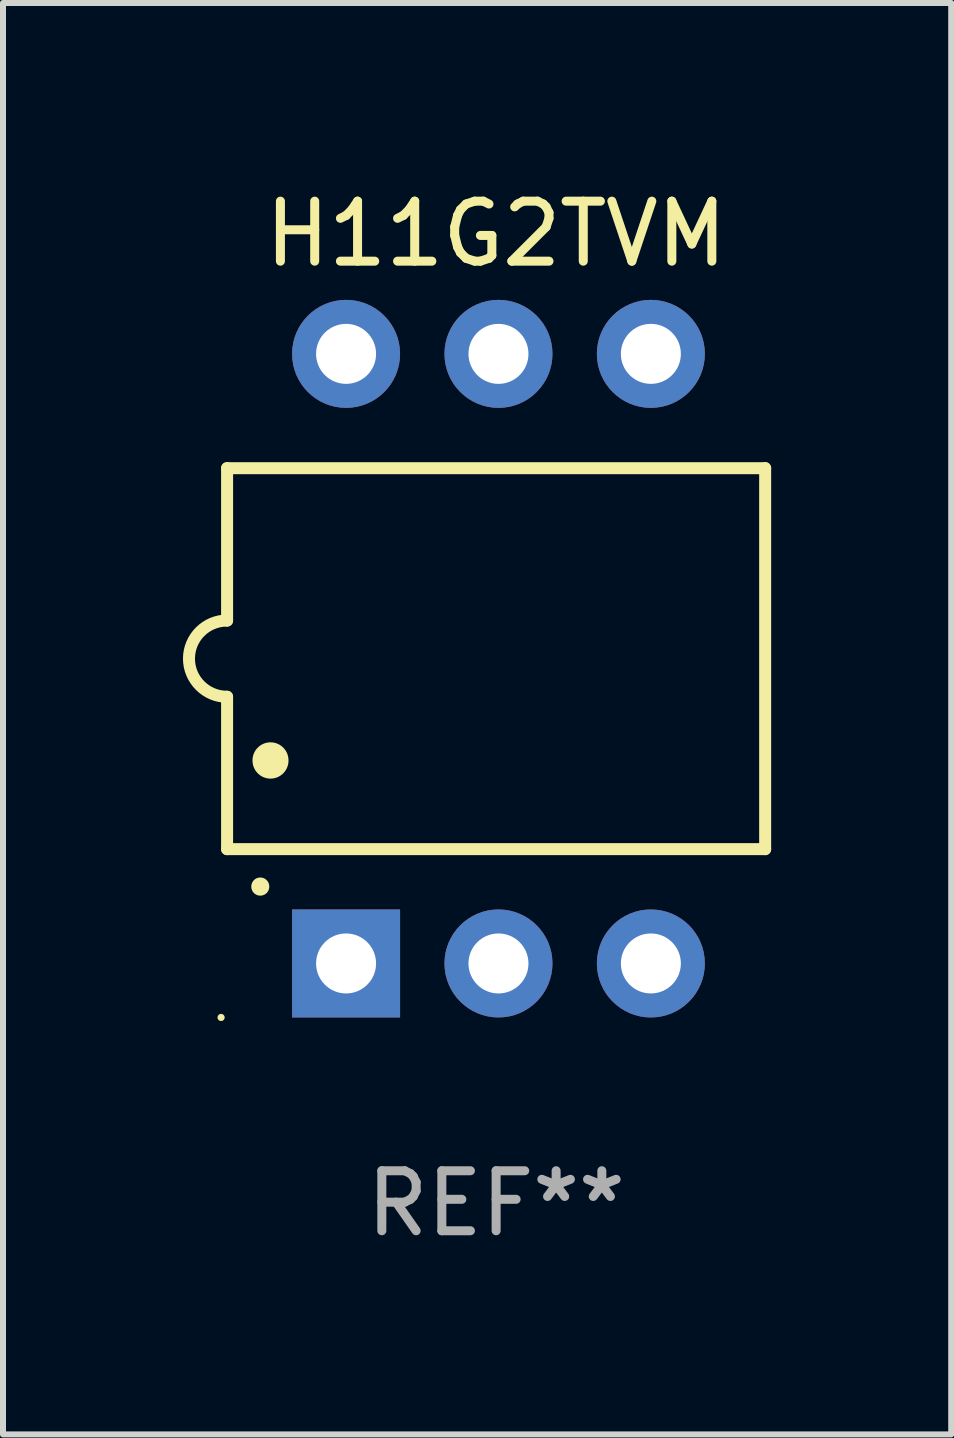
<source format=kicad_pcb>
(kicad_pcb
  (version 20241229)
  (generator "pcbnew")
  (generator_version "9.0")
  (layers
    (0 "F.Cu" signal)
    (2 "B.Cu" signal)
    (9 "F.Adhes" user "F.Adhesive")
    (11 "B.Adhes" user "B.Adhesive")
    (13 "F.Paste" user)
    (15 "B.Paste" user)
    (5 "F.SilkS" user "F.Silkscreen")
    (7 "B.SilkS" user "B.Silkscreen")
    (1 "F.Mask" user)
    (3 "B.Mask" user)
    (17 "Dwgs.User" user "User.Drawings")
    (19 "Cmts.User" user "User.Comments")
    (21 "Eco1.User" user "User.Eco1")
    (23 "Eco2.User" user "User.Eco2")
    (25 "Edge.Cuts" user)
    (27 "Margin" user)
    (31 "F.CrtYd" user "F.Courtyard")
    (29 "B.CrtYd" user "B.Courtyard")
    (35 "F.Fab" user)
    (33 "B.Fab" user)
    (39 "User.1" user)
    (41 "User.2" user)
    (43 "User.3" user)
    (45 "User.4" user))
  (footprint "H11G2TVM"
    (layer "F.Cu")
    (at 5.219 7.928)
    (property "Reference" "H11G2TVM" (at 0 -7.08 0) (layer "F.SilkS") (effects (font (size 1 1) (thickness 0.15))))
    (attr through_hole)
    (fp_line (start -4.484 -3.175) (end 4.484 -3.175) (stroke (width 0.2) (type solid)) (layer "F.SilkS"))
    (fp_line (start -4.484 -0.635) (end -4.484 -3.175) (stroke (width 0.2) (type solid)) (layer "F.SilkS"))
    (fp_line (start -4.484 0.635) (end -4.484 3.175) (stroke (width 0.2) (type solid)) (layer "F.SilkS"))
    (fp_line (start -4.484 3.175) (end 4.484 3.175) (stroke (width 0.2) (type solid)) (layer "F.SilkS"))
    (fp_line (start 4.484 -3.175) (end 4.484 3.175) (stroke (width 0.2) (type solid)) (layer "F.SilkS"))
    (fp_arc (start -4.484379 0.635001) (mid -5.11938 0) (end -4.484379 -0.635001) (stroke (width 0.2) (type solid)) (layer "F.SilkS"))
    (fp_arc (start -3.930658 3.799848) (mid -3.930663 3.798578) (end -3.930658 3.797308) (stroke (width 0.3) (type solid)) (layer "F.SilkS"))
    (fp_arc (start -3.760478 1.699263) (mid -3.760489 1.696723) (end -3.760478 1.694183) (stroke (width 0.6) (type solid)) (layer "F.SilkS"))
    (fp_circle (center -4.584 5.98) (end -4.554 5.98) (stroke (width 0.06) (type solid)) (fill no) (layer "F.SilkS"))
    (fp_text user "REF**" (at 0 9.08 0) (layer "F.Fab") (effects (font (size 1 1) (thickness 0.15))))
    (pad "1" thru_hole rect (at -2.501 5.08 90) (size 1.8 1.8) (drill 1) (layers "*.Cu" "*.Mask"))
    (pad "2" thru_hole circle (at 0.039 5.08) (size 1.8 1.8) (drill 1) (layers "*.Cu" "*.Mask"))
    (pad "3" thru_hole circle (at 2.579 5.08) (size 1.8 1.8) (drill 1) (layers "*.Cu" "*.Mask"))
    (pad "4" thru_hole circle (at 2.579 -5.08) (size 1.8 1.8) (drill 1) (layers "*.Cu" "*.Mask"))
    (pad "5" thru_hole circle (at 0.039 -5.08) (size 1.8 1.8) (drill 1) (layers "*.Cu" "*.Mask"))
    (pad "6" thru_hole circle (at -2.501 -5.08) (size 1.8 1.8) (drill 1) (layers "*.Cu" "*.Mask")))
  (gr_rect
    (start -3 -3)
    (end 12.804 20.857)
    (stroke (width 0.1) (type default))
    (fill no)
    (layer "Edge.Cuts")))
</source>
